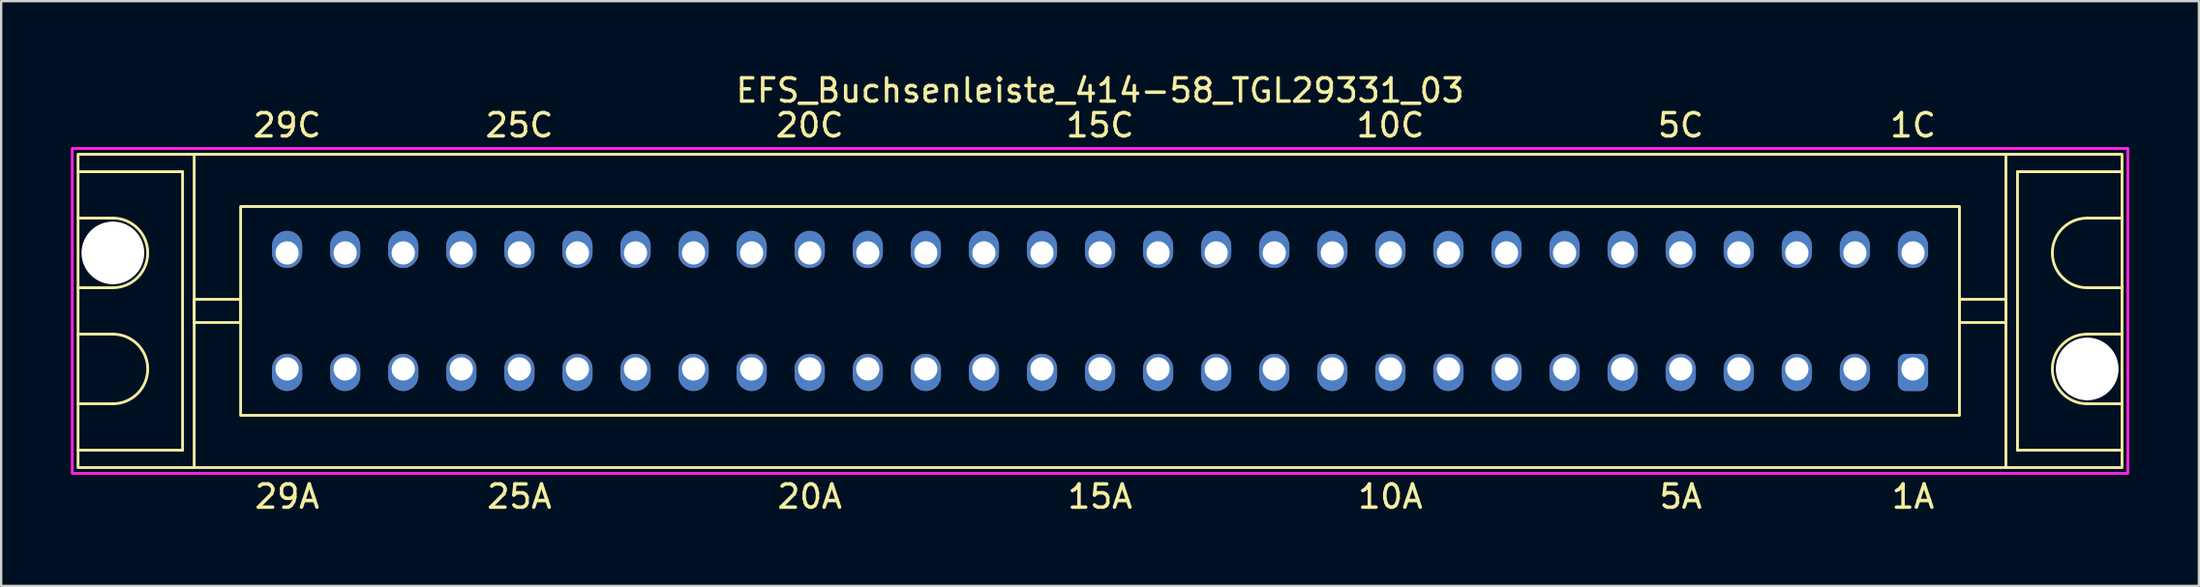
<source format=kicad_pcb>
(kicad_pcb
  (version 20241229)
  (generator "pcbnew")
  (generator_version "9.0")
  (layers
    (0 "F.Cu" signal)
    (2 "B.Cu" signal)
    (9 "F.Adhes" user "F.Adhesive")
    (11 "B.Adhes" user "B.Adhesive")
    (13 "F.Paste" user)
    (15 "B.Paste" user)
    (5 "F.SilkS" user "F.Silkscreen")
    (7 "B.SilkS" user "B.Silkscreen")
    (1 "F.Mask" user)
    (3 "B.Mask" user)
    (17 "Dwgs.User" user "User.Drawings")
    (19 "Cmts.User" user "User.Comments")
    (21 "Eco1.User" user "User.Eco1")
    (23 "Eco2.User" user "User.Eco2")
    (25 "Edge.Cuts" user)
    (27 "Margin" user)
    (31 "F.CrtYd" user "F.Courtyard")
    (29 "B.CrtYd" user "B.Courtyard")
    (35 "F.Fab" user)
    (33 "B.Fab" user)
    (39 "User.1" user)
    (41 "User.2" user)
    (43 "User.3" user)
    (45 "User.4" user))
  (footprint "EFS_Buchsenleiste_414-58_TGL29331_03"
    (layer "F.Cu")
    (at 44.31 10.348)
    (property "Reference" "EFS_Buchsenleiste_414-58_TGL29331_03" (at 0 -9.5 180) (layer "F.SilkS") (effects (font (size 1 1) (thickness 0.15))))
    (attr through_hole)
    (fp_line (start -44 -6) (end -39.5 -6) (stroke (width 0.12) (type solid)) (layer "F.SilkS"))
    (fp_line (start -42.5 -4) (end -44 -4) (stroke (width 0.12) (type solid)) (layer "F.SilkS"))
    (fp_line (start -42.5 -1) (end -44 -1) (stroke (width 0.12) (type solid)) (layer "F.SilkS"))
    (fp_line (start -42.5 1) (end -44 1) (stroke (width 0.12) (type solid)) (layer "F.SilkS"))
    (fp_line (start -42.5 4) (end -44 4) (stroke (width 0.12) (type solid)) (layer "F.SilkS"))
    (fp_line (start -39.5 -6) (end -39.5 6) (stroke (width 0.12) (type solid)) (layer "F.SilkS"))
    (fp_line (start -39.5 6) (end -44 6) (stroke (width 0.12) (type solid)) (layer "F.SilkS"))
    (fp_line (start -39 6.75) (end -39 -6.75) (stroke (width 0.12) (type solid)) (layer "F.SilkS"))
    (fp_line (start 39 6.75) (end 39 -6.75) (stroke (width 0.12) (type solid)) (layer "F.SilkS"))
    (fp_line (start 39.5 -6) (end 39.5 6) (stroke (width 0.12) (type solid)) (layer "F.SilkS"))
    (fp_line (start 39.5 6) (end 44 6) (stroke (width 0.12) (type solid)) (layer "F.SilkS"))
    (fp_line (start 42.5 -4) (end 44 -4) (stroke (width 0.12) (type solid)) (layer "F.SilkS"))
    (fp_line (start 42.5 -1) (end 44 -1) (stroke (width 0.12) (type solid)) (layer "F.SilkS"))
    (fp_line (start 42.5 1) (end 44 1) (stroke (width 0.12) (type solid)) (layer "F.SilkS"))
    (fp_line (start 42.5 4) (end 44 4) (stroke (width 0.12) (type solid)) (layer "F.SilkS"))
    (fp_line (start 44 -6) (end 39.5 -6) (stroke (width 0.12) (type solid)) (layer "F.SilkS"))
    (fp_rect (start -44 -6.75) (end 44 6.75) (stroke (width 0.12) (type solid)) (fill no) (layer "F.SilkS"))
    (fp_rect (start -39 -0.5) (end -37 0.5) (stroke (width 0.12) (type solid)) (fill no) (layer "F.SilkS"))
    (fp_rect (start -37 -4.5) (end 37 4.5) (stroke (width 0.12) (type solid)) (fill no) (layer "F.SilkS"))
    (fp_rect (start 39 -0.5) (end 37 0.5) (stroke (width 0.12) (type solid)) (fill no) (layer "F.SilkS"))
    (fp_arc (start -42.5 -4) (mid -41 -2.5) (end -42.5 -1) (stroke (width 0.12) (type solid)) (layer "F.SilkS"))
    (fp_arc (start -42.5 1) (mid -41 2.5) (end -42.5 4) (stroke (width 0.12) (type solid)) (layer "F.SilkS"))
    (fp_arc (start 42.5 -1) (mid 41 -2.5) (end 42.5 -4) (stroke (width 0.12) (type solid)) (layer "F.SilkS"))
    (fp_arc (start 42.5 4) (mid 41 2.5) (end 42.5 1) (stroke (width 0.12) (type solid)) (layer "F.SilkS"))
    (fp_rect (start -44.25 -7) (end 44.25 7) (stroke (width 0.12) (type solid)) (fill no) (layer "F.CrtYd"))
    (fp_text user "10A" (at 12.5 8 180) (layer "F.SilkS") (effects (font (size 1 1) (thickness 0.15))))
    (fp_text user "15A" (at 0 8 180) (layer "F.SilkS") (effects (font (size 1 1) (thickness 0.15))))
    (fp_text user "20C" (at -12.5 -8 180) (layer "F.SilkS") (effects (font (size 1 1) (thickness 0.15))))
    (fp_text user "15C" (at 0 -8 180) (layer "F.SilkS") (effects (font (size 1 1) (thickness 0.15))))
    (fp_text user "20A" (at -12.5 8 180) (layer "F.SilkS") (effects (font (size 1 1) (thickness 0.15))))
    (fp_text user "5C" (at 25 -8 180) (layer "F.SilkS") (effects (font (size 1 1) (thickness 0.15))))
    (fp_text user "10C" (at 12.5 -8 180) (layer "F.SilkS") (effects (font (size 1 1) (thickness 0.15))))
    (fp_text user "5A" (at 25 8 180) (layer "F.SilkS") (effects (font (size 1 1) (thickness 0.15))))
    (fp_text user "1A" (at 35 8 180) (layer "F.SilkS") (effects (font (size 1 1) (thickness 0.15))))
    (fp_text user "29C" (at -35 -8 180) (layer "F.SilkS") (effects (font (size 1 1) (thickness 0.15))))
    (fp_text user "25A" (at -25 8 180) (layer "F.SilkS") (effects (font (size 1 1) (thickness 0.15))))
    (fp_text user "29A" (at -35 8 180) (layer "F.SilkS") (effects (font (size 1 1) (thickness 0.15))))
    (fp_text user "25C" (at -25 -8 180) (layer "F.SilkS") (effects (font (size 1 1) (thickness 0.15))))
    (fp_text user "1C" (at 35 -8 180) (layer "F.SilkS") (effects (font (size 1 1) (thickness 0.15))))
    (pad "" np_thru_hole circle (at -42.5 -2.5) (size 2.7 2.7) (drill 2.7) (layers "*.Cu" "*.Mask"))
    (pad "" np_thru_hole circle (at 42.5 2.5) (size 2.7 2.7) (drill 2.7) (layers "*.Cu" "*.Mask"))
    (pad "1a" thru_hole roundrect (at 35 2.5 180) (size 1.3 1.6) (drill 1 (offset 0 -0.15)) (layers "*.Cu" "*.Mask") (roundrect_rratio 0.25))
    (pad "1c" thru_hole oval (at 35 -2.5 180) (size 1.3 1.6) (drill 1 (offset 0 0.15)) (layers "*.Cu" "*.Mask"))
    (pad "2a" thru_hole oval (at 32.5 2.5 180) (size 1.3 1.6) (drill 1 (offset 0 -0.15)) (layers "*.Cu" "*.Mask"))
    (pad "2c" thru_hole oval (at 32.5 -2.5 180) (size 1.3 1.6) (drill 1 (offset 0 0.15)) (layers "*.Cu" "*.Mask"))
    (pad "3a" thru_hole oval (at 30 2.5 180) (size 1.3 1.6) (drill 1 (offset 0 -0.15)) (layers "*.Cu" "*.Mask"))
    (pad "3c" thru_hole oval (at 30 -2.5 180) (size 1.3 1.6) (drill 1 (offset 0 0.15)) (layers "*.Cu" "*.Mask"))
    (pad "4a" thru_hole oval (at 27.5 2.5 180) (size 1.3 1.6) (drill 1 (offset 0 -0.15)) (layers "*.Cu" "*.Mask"))
    (pad "4c" thru_hole oval (at 27.5 -2.5 180) (size 1.3 1.6) (drill 1 (offset 0 0.15)) (layers "*.Cu" "*.Mask"))
    (pad "5a" thru_hole oval (at 25 2.5 180) (size 1.3 1.6) (drill 1 (offset 0 -0.15)) (layers "*.Cu" "*.Mask"))
    (pad "5c" thru_hole oval (at 25 -2.5 180) (size 1.3 1.6) (drill 1 (offset 0 0.15)) (layers "*.Cu" "*.Mask"))
    (pad "6a" thru_hole oval (at 22.5 2.5 180) (size 1.3 1.6) (drill 1 (offset 0 -0.15)) (layers "*.Cu" "*.Mask"))
    (pad "6c" thru_hole oval (at 22.5 -2.5 180) (size 1.3 1.6) (drill 1 (offset 0 0.15)) (layers "*.Cu" "*.Mask"))
    (pad "7a" thru_hole oval (at 20 2.5 180) (size 1.3 1.6) (drill 1 (offset 0 -0.15)) (layers "*.Cu" "*.Mask"))
    (pad "7c" thru_hole oval (at 20 -2.5 180) (size 1.3 1.6) (drill 1 (offset 0 0.15)) (layers "*.Cu" "*.Mask"))
    (pad "8a" thru_hole oval (at 17.5 2.5 180) (size 1.3 1.6) (drill 1 (offset 0 -0.15)) (layers "*.Cu" "*.Mask"))
    (pad "8c" thru_hole oval (at 17.5 -2.5 180) (size 1.3 1.6) (drill 1 (offset 0 0.15)) (layers "*.Cu" "*.Mask"))
    (pad "9a" thru_hole oval (at 15 2.5 180) (size 1.3 1.6) (drill 1 (offset 0 -0.15)) (layers "*.Cu" "*.Mask"))
    (pad "9c" thru_hole oval (at 15 -2.5 180) (size 1.3 1.6) (drill 1 (offset 0 0.15)) (layers "*.Cu" "*.Mask"))
    (pad "10a" thru_hole oval (at 12.5 2.5 180) (size 1.3 1.6) (drill 1 (offset 0 -0.15)) (layers "*.Cu" "*.Mask"))
    (pad "10c" thru_hole oval (at 12.5 -2.5 180) (size 1.3 1.6) (drill 1 (offset 0 0.15)) (layers "*.Cu" "*.Mask"))
    (pad "11a" thru_hole oval (at 10 2.5 180) (size 1.3 1.6) (drill 1 (offset 0 -0.15)) (layers "*.Cu" "*.Mask"))
    (pad "11c" thru_hole oval (at 10 -2.5 180) (size 1.3 1.6) (drill 1 (offset 0 0.15)) (layers "*.Cu" "*.Mask"))
    (pad "12a" thru_hole oval (at 7.5 2.5 180) (size 1.3 1.6) (drill 1 (offset 0 -0.15)) (layers "*.Cu" "*.Mask"))
    (pad "12c" thru_hole oval (at 7.5 -2.5 180) (size 1.3 1.6) (drill 1 (offset 0 0.15)) (layers "*.Cu" "*.Mask"))
    (pad "13a" thru_hole oval (at 5 2.5 180) (size 1.3 1.6) (drill 1 (offset 0 -0.15)) (layers "*.Cu" "*.Mask"))
    (pad "13c" thru_hole oval (at 5 -2.5 180) (size 1.3 1.6) (drill 1 (offset 0 0.15)) (layers "*.Cu" "*.Mask"))
    (pad "14a" thru_hole oval (at 2.5 2.5 180) (size 1.3 1.6) (drill 1 (offset 0 -0.15)) (layers "*.Cu" "*.Mask"))
    (pad "14c" thru_hole oval (at 2.5 -2.5 180) (size 1.3 1.6) (drill 1 (offset 0 0.15)) (layers "*.Cu" "*.Mask"))
    (pad "15a" thru_hole oval (at 0 2.5 180) (size 1.3 1.6) (drill 1 (offset 0 -0.15)) (layers "*.Cu" "*.Mask"))
    (pad "15c" thru_hole oval (at 0 -2.5 180) (size 1.3 1.6) (drill 1 (offset 0 0.15)) (layers "*.Cu" "*.Mask"))
    (pad "16a" thru_hole oval (at -2.5 2.5 180) (size 1.3 1.6) (drill 1 (offset 0 -0.15)) (layers "*.Cu" "*.Mask"))
    (pad "16c" thru_hole oval (at -2.5 -2.5 180) (size 1.3 1.6) (drill 1 (offset 0 0.15)) (layers "*.Cu" "*.Mask"))
    (pad "17a" thru_hole oval (at -5 2.5 180) (size 1.3 1.6) (drill 1 (offset 0 -0.15)) (layers "*.Cu" "*.Mask"))
    (pad "17c" thru_hole oval (at -5 -2.5 180) (size 1.3 1.6) (drill 1 (offset 0 0.15)) (layers "*.Cu" "*.Mask"))
    (pad "18a" thru_hole oval (at -7.5 2.5 180) (size 1.3 1.6) (drill 1 (offset 0 -0.15)) (layers "*.Cu" "*.Mask"))
    (pad "18c" thru_hole oval (at -7.5 -2.5 180) (size 1.3 1.6) (drill 1 (offset 0 0.15)) (layers "*.Cu" "*.Mask"))
    (pad "19a" thru_hole oval (at -10 2.5 180) (size 1.3 1.6) (drill 1 (offset 0 -0.15)) (layers "*.Cu" "*.Mask"))
    (pad "19c" thru_hole oval (at -10 -2.5 180) (size 1.3 1.6) (drill 1 (offset 0 0.15)) (layers "*.Cu" "*.Mask"))
    (pad "20a" thru_hole oval (at -12.5 2.5 180) (size 1.3 1.6) (drill 1 (offset 0 -0.15)) (layers "*.Cu" "*.Mask"))
    (pad "20c" thru_hole oval (at -12.5 -2.5 180) (size 1.3 1.6) (drill 1 (offset 0 0.15)) (layers "*.Cu" "*.Mask"))
    (pad "21a" thru_hole oval (at -15 2.5 180) (size 1.3 1.6) (drill 1 (offset 0 -0.15)) (layers "*.Cu" "*.Mask"))
    (pad "21c" thru_hole oval (at -15 -2.5 180) (size 1.3 1.6) (drill 1 (offset 0 0.15)) (layers "*.Cu" "*.Mask"))
    (pad "22a" thru_hole oval (at -17.5 2.5 180) (size 1.3 1.6) (drill 1 (offset 0 -0.15)) (layers "*.Cu" "*.Mask"))
    (pad "22c" thru_hole oval (at -17.5 -2.5 180) (size 1.3 1.6) (drill 1 (offset 0 0.15)) (layers "*.Cu" "*.Mask"))
    (pad "23a" thru_hole oval (at -20 2.5 180) (size 1.3 1.6) (drill 1 (offset 0 -0.15)) (layers "*.Cu" "*.Mask"))
    (pad "23c" thru_hole oval (at -20 -2.5 180) (size 1.3 1.6) (drill 1 (offset 0 0.15)) (layers "*.Cu" "*.Mask"))
    (pad "24a" thru_hole oval (at -22.5 2.5 180) (size 1.3 1.6) (drill 1 (offset 0 -0.15)) (layers "*.Cu" "*.Mask"))
    (pad "24c" thru_hole oval (at -22.5 -2.5 180) (size 1.3 1.6) (drill 1 (offset 0 0.15)) (layers "*.Cu" "*.Mask"))
    (pad "25a" thru_hole oval (at -25 2.5 180) (size 1.3 1.6) (drill 1 (offset 0 -0.15)) (layers "*.Cu" "*.Mask"))
    (pad "25c" thru_hole oval (at -25 -2.5 180) (size 1.3 1.6) (drill 1 (offset 0 0.15)) (layers "*.Cu" "*.Mask"))
    (pad "26a" thru_hole oval (at -27.5 2.5 180) (size 1.3 1.6) (drill 1 (offset 0 -0.15)) (layers "*.Cu" "*.Mask"))
    (pad "26c" thru_hole oval (at -27.5 -2.5 180) (size 1.3 1.6) (drill 1 (offset 0 0.15)) (layers "*.Cu" "*.Mask"))
    (pad "27a" thru_hole oval (at -30 2.5 180) (size 1.3 1.6) (drill 1 (offset 0 -0.15)) (layers "*.Cu" "*.Mask"))
    (pad "27c" thru_hole oval (at -30 -2.5 180) (size 1.3 1.6) (drill 1 (offset 0 0.15)) (layers "*.Cu" "*.Mask"))
    (pad "28a" thru_hole oval (at -32.5 2.5 180) (size 1.3 1.6) (drill 1 (offset 0 -0.15)) (layers "*.Cu" "*.Mask"))
    (pad "28c" thru_hole oval (at -32.5 -2.5 180) (size 1.3 1.6) (drill 1 (offset 0 0.15)) (layers "*.Cu" "*.Mask"))
    (pad "29a" thru_hole oval (at -35 2.5 180) (size 1.3 1.6) (drill 1 (offset 0 -0.15)) (layers "*.Cu" "*.Mask"))
    (pad "29c" thru_hole oval (at -35 -2.5 180) (size 1.3 1.6) (drill 1 (offset 0 0.15)) (layers "*.Cu" "*.Mask")))
  (gr_rect
    (start -3 -3)
    (end 91.62 22.197)
    (stroke (width 0.1) (type default))
    (fill no)
    (layer "Edge.Cuts")))
</source>
